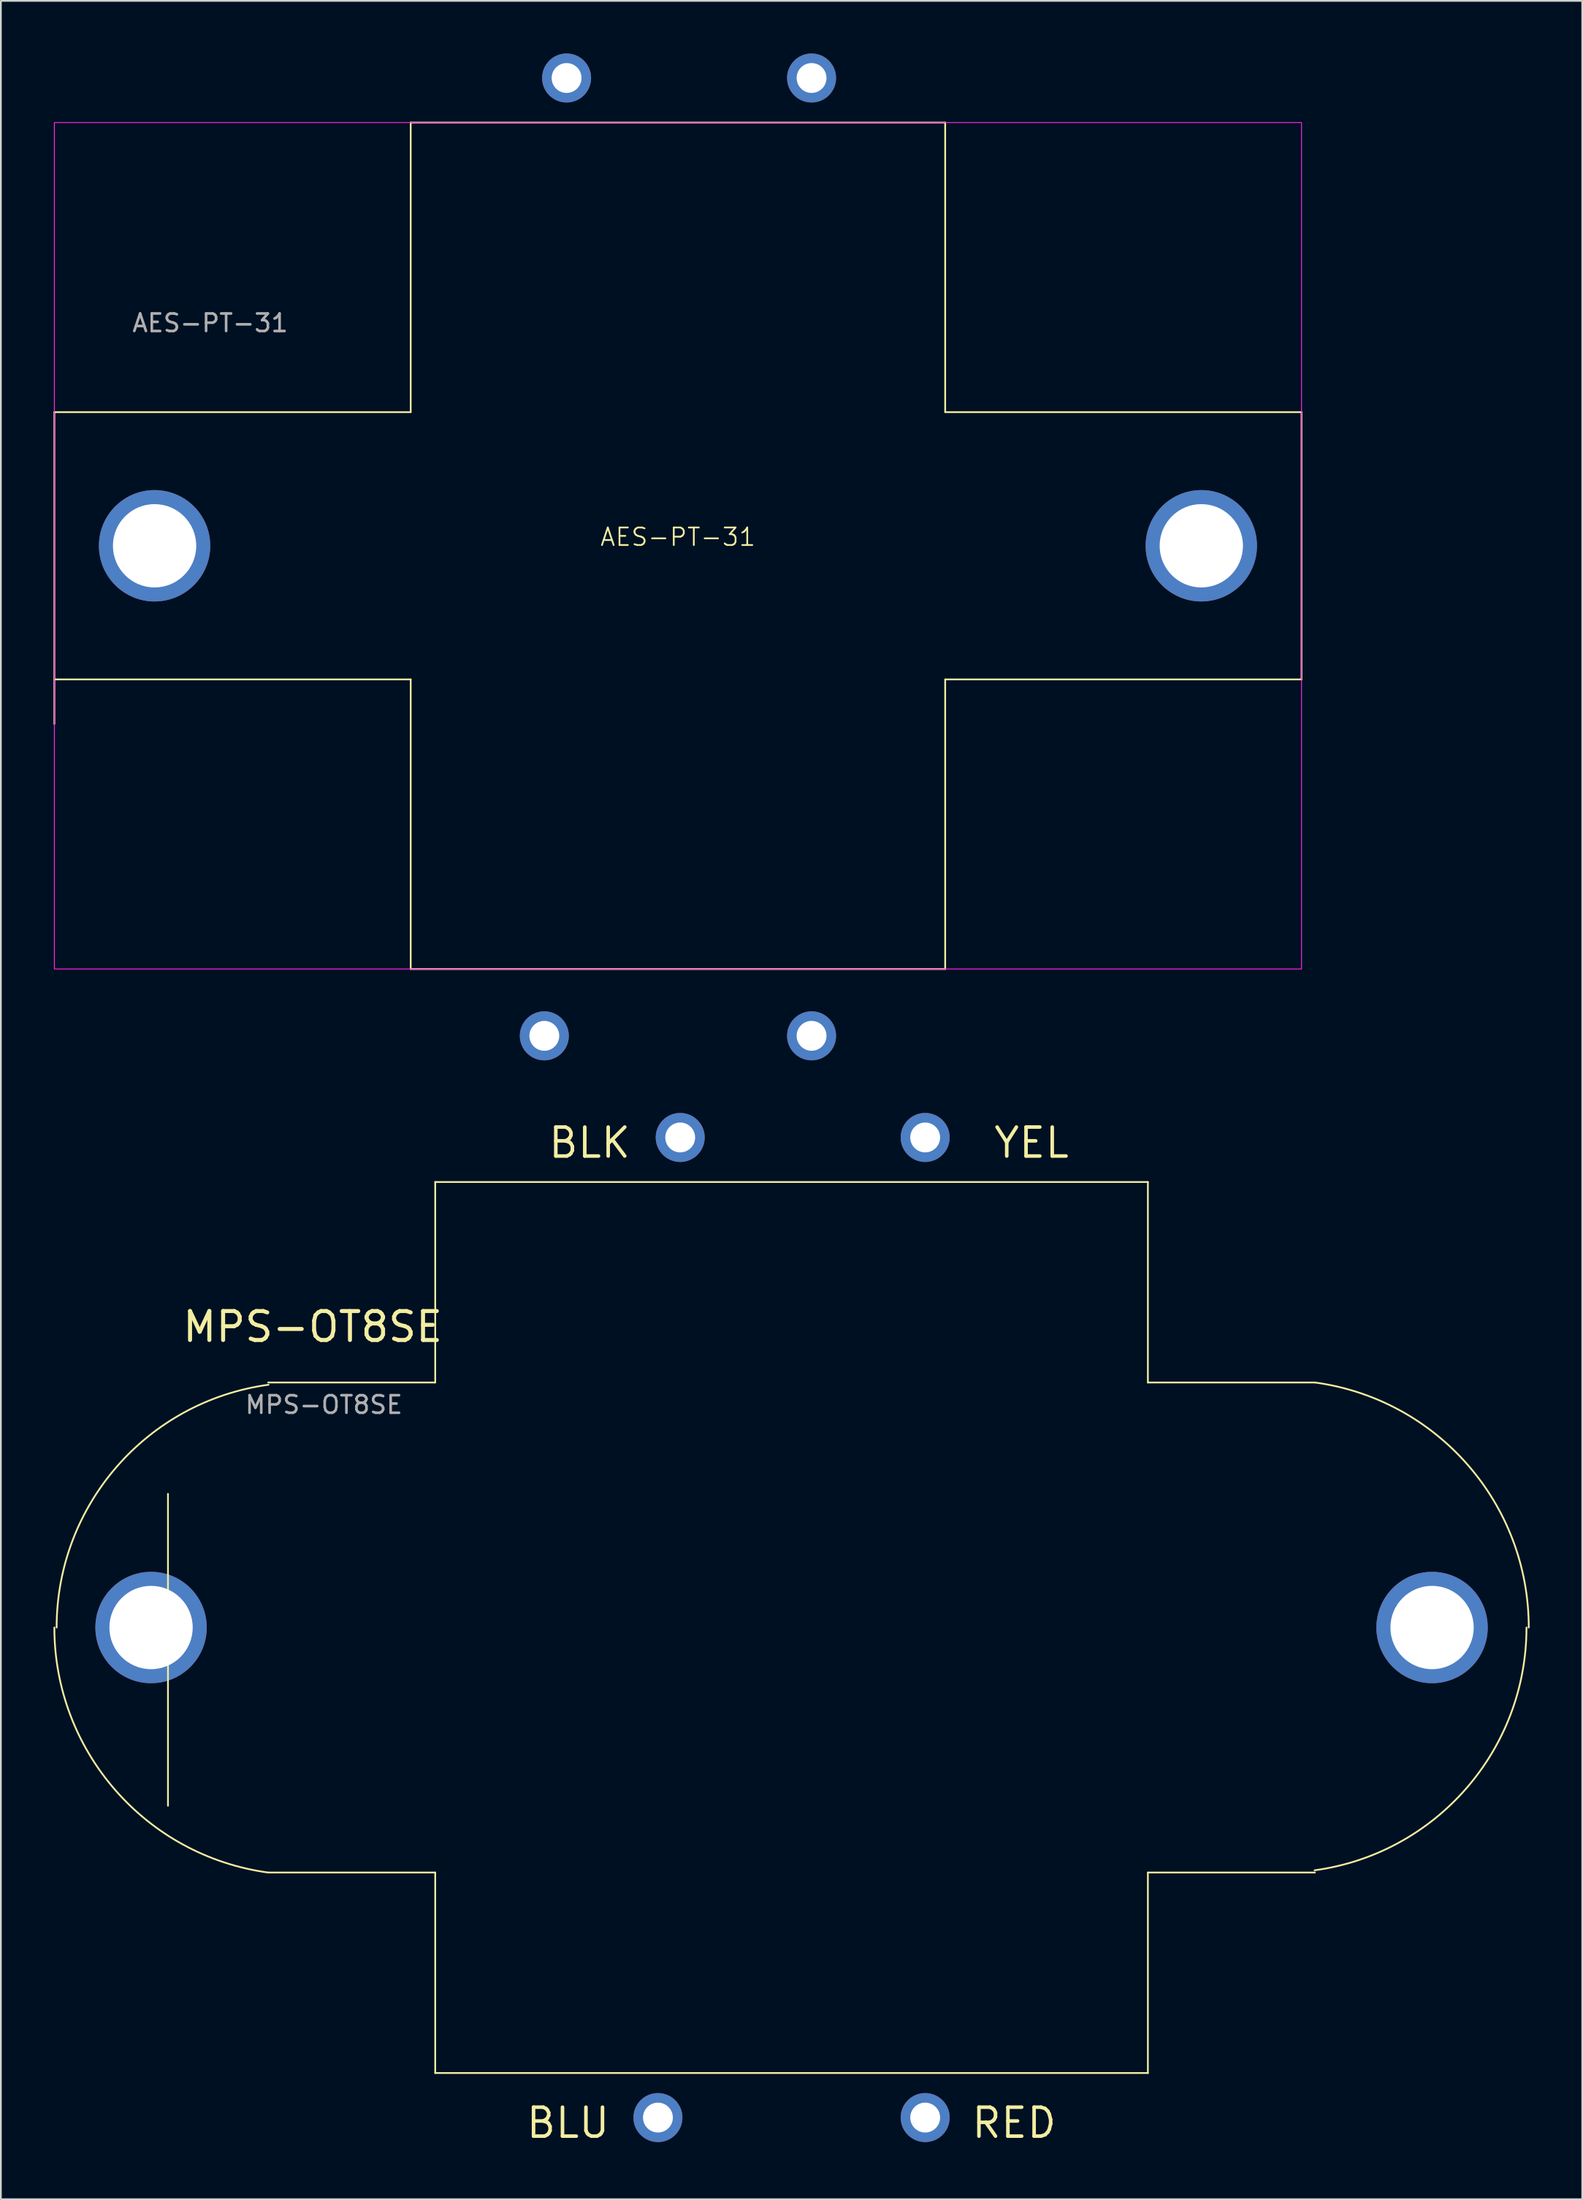
<source format=kicad_pcb>
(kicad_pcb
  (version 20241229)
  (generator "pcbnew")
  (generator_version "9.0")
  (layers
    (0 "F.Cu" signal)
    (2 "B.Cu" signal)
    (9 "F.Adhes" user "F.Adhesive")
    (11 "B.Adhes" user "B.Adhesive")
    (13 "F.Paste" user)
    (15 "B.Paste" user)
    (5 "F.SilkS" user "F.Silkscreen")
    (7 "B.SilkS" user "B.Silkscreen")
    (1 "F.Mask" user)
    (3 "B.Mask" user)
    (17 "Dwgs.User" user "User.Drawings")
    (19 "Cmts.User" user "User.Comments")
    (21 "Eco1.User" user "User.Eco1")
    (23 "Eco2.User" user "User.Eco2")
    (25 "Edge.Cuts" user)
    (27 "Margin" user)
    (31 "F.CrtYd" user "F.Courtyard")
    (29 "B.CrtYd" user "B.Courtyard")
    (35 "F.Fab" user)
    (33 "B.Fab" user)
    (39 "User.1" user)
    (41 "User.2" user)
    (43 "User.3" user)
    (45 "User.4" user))
  (footprint "AES-PT-31"
    (layer "F.Cu")
    (at 35.61 28.067)
    (property "Reference" "AES-PT-31" (at 0 -0.5 0) (unlocked yes) (layer "F.SilkS") (effects (font (size 1 1) (thickness 0.1))))
    (attr through_hole)
    (fp_line (start -35.56 -7.62) (end -15.24 -7.62) (stroke (width 0.1) (type default)) (layer "F.SilkS"))
    (fp_line (start -35.56 10.16) (end -35.56 -7.62) (stroke (width 0.1) (type default)) (layer "F.SilkS"))
    (fp_line (start -15.24 -24.13) (end 15.24 -24.13) (stroke (width 0.1) (type default)) (layer "F.SilkS"))
    (fp_line (start -15.24 -7.62) (end -15.24 -24.13) (stroke (width 0.1) (type default)) (layer "F.SilkS"))
    (fp_line (start -15.24 7.62) (end -35.56 7.62) (stroke (width 0.1) (type default)) (layer "F.SilkS"))
    (fp_line (start -15.24 24.13) (end -15.24 7.62) (stroke (width 0.1) (type default)) (layer "F.SilkS"))
    (fp_line (start 15.24 -24.13) (end 15.24 -7.62) (stroke (width 0.1) (type default)) (layer "F.SilkS"))
    (fp_line (start 15.24 -7.62) (end 35.56 -7.62) (stroke (width 0.1) (type default)) (layer "F.SilkS"))
    (fp_line (start 15.24 7.62) (end 15.24 24.13) (stroke (width 0.1) (type default)) (layer "F.SilkS"))
    (fp_line (start 15.24 24.13) (end -15.24 24.13) (stroke (width 0.1) (type default)) (layer "F.SilkS"))
    (fp_line (start 35.56 -7.62) (end 35.56 7.62) (stroke (width 0.1) (type default)) (layer "F.SilkS"))
    (fp_line (start 35.56 7.62) (end 15.24 7.62) (stroke (width 0.1) (type default)) (layer "F.SilkS"))
    (fp_rect (start 35.56 24.13) (end -35.56 -24.13) (stroke (width 0.05) (type default)) (fill no) (layer "F.CrtYd"))
    (fp_text user "${REFERENCE}" (at -26.67 -12.7 0) (unlocked yes) (layer "F.Fab") (effects (font (size 1 1) (thickness 0.15))))
    (pad "1" thru_hole circle (at -7.62 27.94) (size 2.794 2.794) (drill 1.702) (layers "*.Cu" "*.Mask"))
    (pad "2" thru_hole circle (at 7.62 27.94) (size 2.794 2.794) (drill 1.702) (layers "*.Cu" "*.Mask"))
    (pad "3" thru_hole circle (at -6.35 -26.67) (size 2.794 2.794) (drill 1.702) (layers "*.Cu" "*.Mask"))
    (pad "4" thru_hole circle (at 7.62 -26.67) (size 2.794 2.794) (drill 1.702) (layers "*.Cu" "*.Mask"))
    (pad "5" thru_hole circle (at 29.845 0) (size 6.35 6.35) (drill 4.75) (layers "*.Cu" "*.Mask"))
    (pad "6" thru_hole circle (at -29.845 0) (size 6.35 6.35) (drill 4.75) (layers "*.Cu" "*.Mask")))
  (footprint "MPS-OT8SE"
    (layer "F.Cu")
    (at 42.089 89.741)
    (property "Reference" "MPS-OT8SE" (at -27.305 -17.145 0) (unlocked yes) (layer "F.SilkS") (effects (font (size 1.651 1.651) (thickness 0.229))))
    (attr through_hole)
    (fp_line (start -35.56 10.16) (end -35.56 -7.62) (stroke (width 0.1) (type default)) (layer "F.SilkS"))
    (fp_line (start -29.845 -13.97) (end -20.32 -13.97) (stroke (width 0.1) (type default)) (layer "F.SilkS"))
    (fp_line (start -29.845 13.97) (end -20.32 13.97) (stroke (width 0.1) (type default)) (layer "F.SilkS"))
    (fp_line (start -20.32 -25.4) (end 20.32 -25.4) (stroke (width 0.1) (type default)) (layer "F.SilkS"))
    (fp_line (start -20.32 -13.97) (end -20.32 -25.4) (stroke (width 0.1) (type default)) (layer "F.SilkS"))
    (fp_line (start -20.32 13.97) (end -20.32 25.4) (stroke (width 0.1) (type default)) (layer "F.SilkS"))
    (fp_line (start -20.32 25.4) (end 20.32 25.4) (stroke (width 0.1) (type default)) (layer "F.SilkS"))
    (fp_line (start 20.32 -25.4) (end 20.32 -13.97) (stroke (width 0.1) (type default)) (layer "F.SilkS"))
    (fp_line (start 20.32 -13.97) (end 29.845 -13.97) (stroke (width 0.1) (type default)) (layer "F.SilkS"))
    (fp_line (start 20.32 13.97) (end 29.845 13.97) (stroke (width 0.1) (type default)) (layer "F.SilkS"))
    (fp_line (start 20.32 25.4) (end 20.32 13.97) (stroke (width 0.1) (type default)) (layer "F.SilkS"))
    (fp_arc (start -41.91 0) (mid -38.464488 -9.186731) (end -29.827531 -13.841897) (stroke (width 0.1) (type default)) (layer "F.SilkS"))
    (fp_arc (start -29.845 13.97) (mid -38.561889 9.271752) (end -42.039288 0) (stroke (width 0.1) (type default)) (layer "F.SilkS"))
    (fp_arc (start 29.845 -13.97) (mid 38.561889 -9.271752) (end 42.039288 0) (stroke (width 0.1) (type default)) (layer "F.SilkS"))
    (fp_arc (start 41.91 0) (mid 38.464489 9.186732) (end 29.827531 13.841897) (stroke (width 0.1) (type default)) (layer "F.SilkS"))
    (fp_text user "BLU" (at -15.24 29.21 0) (unlocked yes) (layer "F.SilkS") (effects (font (size 1.651 1.651) (thickness 0.203)) (justify left bottom)))
    (fp_text user "BLK" (at -13.97 -26.67 0) (unlocked yes) (layer "F.SilkS") (effects (font (size 1.651 1.651) (thickness 0.203)) (justify left bottom)))
    (fp_text user "YEL" (at 11.43 -26.67 0) (unlocked yes) (layer "F.SilkS") (effects (font (size 1.651 1.651) (thickness 0.203)) (justify left bottom)))
    (fp_text user "RED" (at 10.16 29.21 0) (unlocked yes) (layer "F.SilkS") (effects (font (size 1.651 1.651) (thickness 0.203)) (justify left bottom)))
    (fp_text user "${REFERENCE}" (at -26.67 -12.7 0) (unlocked yes) (layer "F.Fab") (effects (font (size 1 1) (thickness 0.15))))
    (pad "1" thru_hole circle (at -7.62 27.94) (size 2.794 2.794) (drill 1.702) (layers "*.Cu" "*.Mask"))
    (pad "2" thru_hole circle (at 7.62 27.94) (size 2.794 2.794) (drill 1.702) (layers "*.Cu" "*.Mask"))
    (pad "3" thru_hole circle (at -6.35 -27.94) (size 2.794 2.794) (drill 1.702) (layers "*.Cu" "*.Mask"))
    (pad "4" thru_hole circle (at 7.62 -27.94) (size 2.794 2.794) (drill 1.702) (layers "*.Cu" "*.Mask"))
    (pad "5" thru_hole circle (at 36.525 0) (size 6.35 6.35) (drill 4.75) (layers "*.Cu" "*.Mask"))
    (pad "6" thru_hole circle (at -36.525 0) (size 6.35 6.35) (drill 4.75) (layers "*.Cu" "*.Mask")))
  (gr_rect
    (start -3 -3)
    (end 87.179 122.335)
    (stroke (width 0.1) (type default))
    (fill no)
    (layer "Edge.Cuts")))
</source>
